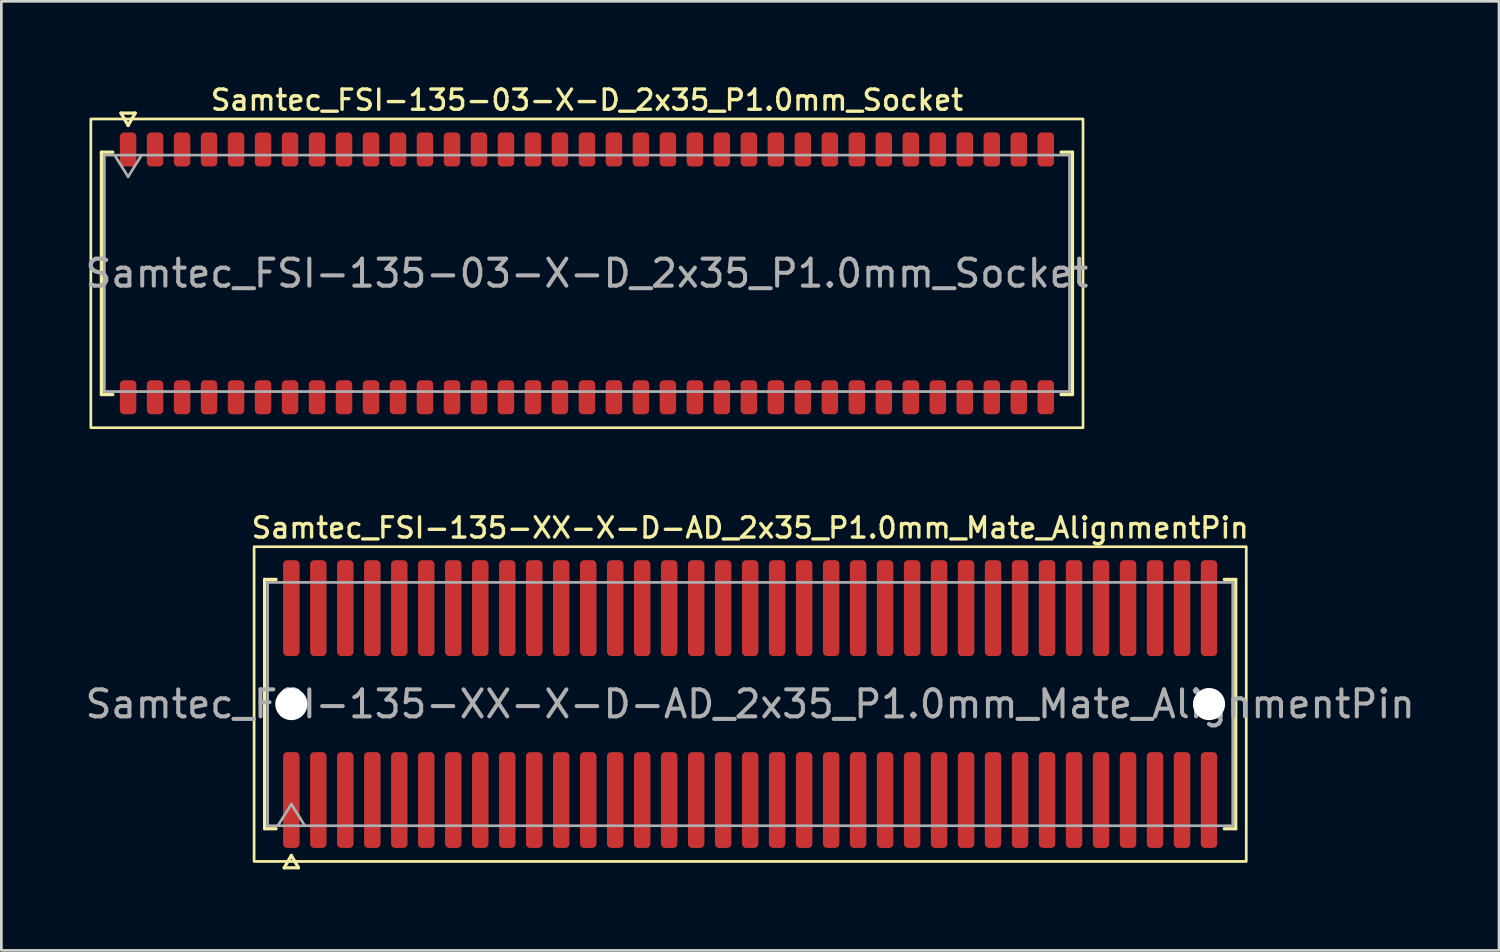
<source format=kicad_pcb>
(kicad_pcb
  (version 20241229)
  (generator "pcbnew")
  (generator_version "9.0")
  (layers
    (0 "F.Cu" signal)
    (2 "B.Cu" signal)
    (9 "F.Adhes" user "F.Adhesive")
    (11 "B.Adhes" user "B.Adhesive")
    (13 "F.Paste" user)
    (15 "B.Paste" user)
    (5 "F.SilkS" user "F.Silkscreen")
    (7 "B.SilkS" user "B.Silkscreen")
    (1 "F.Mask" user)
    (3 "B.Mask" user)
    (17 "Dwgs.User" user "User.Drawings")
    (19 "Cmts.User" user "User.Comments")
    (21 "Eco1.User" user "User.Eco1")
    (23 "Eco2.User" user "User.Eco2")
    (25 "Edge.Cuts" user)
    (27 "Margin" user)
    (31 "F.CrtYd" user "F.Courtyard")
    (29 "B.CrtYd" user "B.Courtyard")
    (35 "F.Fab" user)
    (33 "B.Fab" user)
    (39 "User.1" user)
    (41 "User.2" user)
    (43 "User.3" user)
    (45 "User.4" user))
  (footprint "Samtec_FSI-135-XX-X-D-AD_2x35_P1.0mm_Mate_AlignmentPin"
    (layer "F.Cu")
    (at 24.744 23.036)
    (property "Reference" "Samtec_FSI-135-XX-X-D-AD_2x35_P1.0mm_Mate_AlignmentPin" (at 0 -6.53 0) (layer "F.SilkS") (effects (font (size 0.75 0.75) (thickness 0.125))))
    (attr exclude_from_pos_files exclude_from_bom)
    (fp_line (start -17.99 -4.619) (end -17.565 -4.619) (stroke (width 0.12) (type solid)) (layer "F.SilkS"))
    (fp_line (start -17.99 4.619) (end -17.99 -4.619) (stroke (width 0.12) (type solid)) (layer "F.SilkS"))
    (fp_line (start -17.565 4.619) (end -17.99 4.619) (stroke (width 0.12) (type solid)) (layer "F.SilkS"))
    (fp_line (start -17.264 6.066) (end -17 5.609) (stroke (width 0.12) (type solid)) (layer "F.SilkS"))
    (fp_line (start -17 5.609) (end -16.736 6.066) (stroke (width 0.12) (type solid)) (layer "F.SilkS"))
    (fp_line (start -16.736 6.066) (end -17.264 6.066) (stroke (width 0.12) (type solid)) (layer "F.SilkS"))
    (fp_line (start 17.565 -4.619) (end 17.99 -4.619) (stroke (width 0.12) (type solid)) (layer "F.SilkS"))
    (fp_line (start 17.99 -4.619) (end 17.99 4.619) (stroke (width 0.12) (type solid)) (layer "F.SilkS"))
    (fp_line (start 17.99 4.619) (end 17.565 4.619) (stroke (width 0.12) (type solid)) (layer "F.SilkS"))
    (fp_rect (start -18.38 -5.83) (end 18.38 5.83) (stroke (width 0.1) (type solid)) (fill no) (layer "F.SilkS"))
    (fp_line (start -17.88 -4.508) (end 17.88 -4.508) (stroke (width 0.1) (type solid)) (layer "F.Fab"))
    (fp_line (start -17.88 4.508) (end -17.88 -4.508) (stroke (width 0.1) (type solid)) (layer "F.Fab"))
    (fp_line (start -17.5 4.508) (end -17 3.708) (stroke (width 0.1) (type solid)) (layer "F.Fab"))
    (fp_line (start -17 3.708) (end -16.5 4.508) (stroke (width 0.1) (type solid)) (layer "F.Fab"))
    (fp_line (start 17.88 -4.508) (end 17.88 4.508) (stroke (width 0.1) (type solid)) (layer "F.Fab"))
    (fp_line (start 17.88 4.508) (end -17.88 4.508) (stroke (width 0.1) (type solid)) (layer "F.Fab"))
    (fp_text user "${REFERENCE}" (at 0 0 0) (layer "F.Fab") (effects (font (size 1 1) (thickness 0.15))))
    (pad "" np_thru_hole circle (at -17 0) (size 1.19 1.19) (drill 1.19) (layers "*.Cu" "*.Mask"))
    (pad "" np_thru_hole circle (at 17 0) (size 1.19 1.19) (drill 1.19) (layers "*.Cu" "*.Mask"))
    (pad "1" smd roundrect (at -17 3.555) (size 0.61 3.55) (layers "F.Cu" "F.Mask") (roundrect_rratio 0.25))
    (pad "2" smd roundrect (at -17 -3.555) (size 0.61 3.55) (layers "F.Cu" "F.Mask") (roundrect_rratio 0.25))
    (pad "3" smd roundrect (at -16 3.555) (size 0.61 3.55) (layers "F.Cu" "F.Mask") (roundrect_rratio 0.25))
    (pad "4" smd roundrect (at -16 -3.555) (size 0.61 3.55) (layers "F.Cu" "F.Mask") (roundrect_rratio 0.25))
    (pad "5" smd roundrect (at -15 3.555) (size 0.61 3.55) (layers "F.Cu" "F.Mask") (roundrect_rratio 0.25))
    (pad "6" smd roundrect (at -15 -3.555) (size 0.61 3.55) (layers "F.Cu" "F.Mask") (roundrect_rratio 0.25))
    (pad "7" smd roundrect (at -14 3.555) (size 0.61 3.55) (layers "F.Cu" "F.Mask") (roundrect_rratio 0.25))
    (pad "8" smd roundrect (at -14 -3.555) (size 0.61 3.55) (layers "F.Cu" "F.Mask") (roundrect_rratio 0.25))
    (pad "9" smd roundrect (at -13 3.555) (size 0.61 3.55) (layers "F.Cu" "F.Mask") (roundrect_rratio 0.25))
    (pad "10" smd roundrect (at -13 -3.555) (size 0.61 3.55) (layers "F.Cu" "F.Mask") (roundrect_rratio 0.25))
    (pad "11" smd roundrect (at -12 3.555) (size 0.61 3.55) (layers "F.Cu" "F.Mask") (roundrect_rratio 0.25))
    (pad "12" smd roundrect (at -12 -3.555) (size 0.61 3.55) (layers "F.Cu" "F.Mask") (roundrect_rratio 0.25))
    (pad "13" smd roundrect (at -11 3.555) (size 0.61 3.55) (layers "F.Cu" "F.Mask") (roundrect_rratio 0.25))
    (pad "14" smd roundrect (at -11 -3.555) (size 0.61 3.55) (layers "F.Cu" "F.Mask") (roundrect_rratio 0.25))
    (pad "15" smd roundrect (at -10 3.555) (size 0.61 3.55) (layers "F.Cu" "F.Mask") (roundrect_rratio 0.25))
    (pad "16" smd roundrect (at -10 -3.555) (size 0.61 3.55) (layers "F.Cu" "F.Mask") (roundrect_rratio 0.25))
    (pad "17" smd roundrect (at -9 3.555) (size 0.61 3.55) (layers "F.Cu" "F.Mask") (roundrect_rratio 0.25))
    (pad "18" smd roundrect (at -9 -3.555) (size 0.61 3.55) (layers "F.Cu" "F.Mask") (roundrect_rratio 0.25))
    (pad "19" smd roundrect (at -8 3.555) (size 0.61 3.55) (layers "F.Cu" "F.Mask") (roundrect_rratio 0.25))
    (pad "20" smd roundrect (at -8 -3.555) (size 0.61 3.55) (layers "F.Cu" "F.Mask") (roundrect_rratio 0.25))
    (pad "21" smd roundrect (at -7 3.555) (size 0.61 3.55) (layers "F.Cu" "F.Mask") (roundrect_rratio 0.25))
    (pad "22" smd roundrect (at -7 -3.555) (size 0.61 3.55) (layers "F.Cu" "F.Mask") (roundrect_rratio 0.25))
    (pad "23" smd roundrect (at -6 3.555) (size 0.61 3.55) (layers "F.Cu" "F.Mask") (roundrect_rratio 0.25))
    (pad "24" smd roundrect (at -6 -3.555) (size 0.61 3.55) (layers "F.Cu" "F.Mask") (roundrect_rratio 0.25))
    (pad "25" smd roundrect (at -5 3.555) (size 0.61 3.55) (layers "F.Cu" "F.Mask") (roundrect_rratio 0.25))
    (pad "26" smd roundrect (at -5 -3.555) (size 0.61 3.55) (layers "F.Cu" "F.Mask") (roundrect_rratio 0.25))
    (pad "27" smd roundrect (at -4 3.555) (size 0.61 3.55) (layers "F.Cu" "F.Mask") (roundrect_rratio 0.25))
    (pad "28" smd roundrect (at -4 -3.555) (size 0.61 3.55) (layers "F.Cu" "F.Mask") (roundrect_rratio 0.25))
    (pad "29" smd roundrect (at -3 3.555) (size 0.61 3.55) (layers "F.Cu" "F.Mask") (roundrect_rratio 0.25))
    (pad "30" smd roundrect (at -3 -3.555) (size 0.61 3.55) (layers "F.Cu" "F.Mask") (roundrect_rratio 0.25))
    (pad "31" smd roundrect (at -2 3.555) (size 0.61 3.55) (layers "F.Cu" "F.Mask") (roundrect_rratio 0.25))
    (pad "32" smd roundrect (at -2 -3.555) (size 0.61 3.55) (layers "F.Cu" "F.Mask") (roundrect_rratio 0.25))
    (pad "33" smd roundrect (at -1 3.555) (size 0.61 3.55) (layers "F.Cu" "F.Mask") (roundrect_rratio 0.25))
    (pad "34" smd roundrect (at -1 -3.555) (size 0.61 3.55) (layers "F.Cu" "F.Mask") (roundrect_rratio 0.25))
    (pad "35" smd roundrect (at 0 3.555) (size 0.61 3.55) (layers "F.Cu" "F.Mask") (roundrect_rratio 0.25))
    (pad "36" smd roundrect (at 0 -3.555) (size 0.61 3.55) (layers "F.Cu" "F.Mask") (roundrect_rratio 0.25))
    (pad "37" smd roundrect (at 1 3.555) (size 0.61 3.55) (layers "F.Cu" "F.Mask") (roundrect_rratio 0.25))
    (pad "38" smd roundrect (at 1 -3.555) (size 0.61 3.55) (layers "F.Cu" "F.Mask") (roundrect_rratio 0.25))
    (pad "39" smd roundrect (at 2 3.555) (size 0.61 3.55) (layers "F.Cu" "F.Mask") (roundrect_rratio 0.25))
    (pad "40" smd roundrect (at 2 -3.555) (size 0.61 3.55) (layers "F.Cu" "F.Mask") (roundrect_rratio 0.25))
    (pad "41" smd roundrect (at 3 3.555) (size 0.61 3.55) (layers "F.Cu" "F.Mask") (roundrect_rratio 0.25))
    (pad "42" smd roundrect (at 3 -3.555) (size 0.61 3.55) (layers "F.Cu" "F.Mask") (roundrect_rratio 0.25))
    (pad "43" smd roundrect (at 4 3.555) (size 0.61 3.55) (layers "F.Cu" "F.Mask") (roundrect_rratio 0.25))
    (pad "44" smd roundrect (at 4 -3.555) (size 0.61 3.55) (layers "F.Cu" "F.Mask") (roundrect_rratio 0.25))
    (pad "45" smd roundrect (at 5 3.555) (size 0.61 3.55) (layers "F.Cu" "F.Mask") (roundrect_rratio 0.25))
    (pad "46" smd roundrect (at 5 -3.555) (size 0.61 3.55) (layers "F.Cu" "F.Mask") (roundrect_rratio 0.25))
    (pad "47" smd roundrect (at 6 3.555) (size 0.61 3.55) (layers "F.Cu" "F.Mask") (roundrect_rratio 0.25))
    (pad "48" smd roundrect (at 6 -3.555) (size 0.61 3.55) (layers "F.Cu" "F.Mask") (roundrect_rratio 0.25))
    (pad "49" smd roundrect (at 7 3.555) (size 0.61 3.55) (layers "F.Cu" "F.Mask") (roundrect_rratio 0.25))
    (pad "50" smd roundrect (at 7 -3.555) (size 0.61 3.55) (layers "F.Cu" "F.Mask") (roundrect_rratio 0.25))
    (pad "51" smd roundrect (at 8 3.555) (size 0.61 3.55) (layers "F.Cu" "F.Mask") (roundrect_rratio 0.25))
    (pad "52" smd roundrect (at 8 -3.555) (size 0.61 3.55) (layers "F.Cu" "F.Mask") (roundrect_rratio 0.25))
    (pad "53" smd roundrect (at 9 3.555) (size 0.61 3.55) (layers "F.Cu" "F.Mask") (roundrect_rratio 0.25))
    (pad "54" smd roundrect (at 9 -3.555) (size 0.61 3.55) (layers "F.Cu" "F.Mask") (roundrect_rratio 0.25))
    (pad "55" smd roundrect (at 10 3.555) (size 0.61 3.55) (layers "F.Cu" "F.Mask") (roundrect_rratio 0.25))
    (pad "56" smd roundrect (at 10 -3.555) (size 0.61 3.55) (layers "F.Cu" "F.Mask") (roundrect_rratio 0.25))
    (pad "57" smd roundrect (at 11 3.555) (size 0.61 3.55) (layers "F.Cu" "F.Mask") (roundrect_rratio 0.25))
    (pad "58" smd roundrect (at 11 -3.555) (size 0.61 3.55) (layers "F.Cu" "F.Mask") (roundrect_rratio 0.25))
    (pad "59" smd roundrect (at 12 3.555) (size 0.61 3.55) (layers "F.Cu" "F.Mask") (roundrect_rratio 0.25))
    (pad "60" smd roundrect (at 12 -3.555) (size 0.61 3.55) (layers "F.Cu" "F.Mask") (roundrect_rratio 0.25))
    (pad "61" smd roundrect (at 13 3.555) (size 0.61 3.55) (layers "F.Cu" "F.Mask") (roundrect_rratio 0.25))
    (pad "62" smd roundrect (at 13 -3.555) (size 0.61 3.55) (layers "F.Cu" "F.Mask") (roundrect_rratio 0.25))
    (pad "63" smd roundrect (at 14 3.555) (size 0.61 3.55) (layers "F.Cu" "F.Mask") (roundrect_rratio 0.25))
    (pad "64" smd roundrect (at 14 -3.555) (size 0.61 3.55) (layers "F.Cu" "F.Mask") (roundrect_rratio 0.25))
    (pad "65" smd roundrect (at 15 3.555) (size 0.61 3.55) (layers "F.Cu" "F.Mask") (roundrect_rratio 0.25))
    (pad "66" smd roundrect (at 15 -3.555) (size 0.61 3.55) (layers "F.Cu" "F.Mask") (roundrect_rratio 0.25))
    (pad "67" smd roundrect (at 16 3.555) (size 0.61 3.55) (layers "F.Cu" "F.Mask") (roundrect_rratio 0.25))
    (pad "68" smd roundrect (at 16 -3.555) (size 0.61 3.55) (layers "F.Cu" "F.Mask") (roundrect_rratio 0.25))
    (pad "69" smd roundrect (at 17 3.555) (size 0.61 3.55) (layers "F.Cu" "F.Mask") (roundrect_rratio 0.25))
    (pad "70" smd roundrect (at 17 -3.555) (size 0.61 3.55) (layers "F.Cu" "F.Mask") (roundrect_rratio 0.25)))
  (footprint "Samtec_FSI-135-03-X-D_2x35_P1.0mm_Socket"
    (layer "F.Cu")
    (at 18.696 7.078)
    (property "Reference" "Samtec_FSI-135-03-X-D_2x35_P1.0mm_Socket" (at 0 -6.42 0) (layer "F.SilkS") (effects (font (size 0.75 0.75) (thickness 0.125))))
    (attr smd)
    (fp_line (start -17.99 -4.49) (end -17.565 -4.49) (stroke (width 0.12) (type solid)) (layer "F.SilkS"))
    (fp_line (start -17.99 4.49) (end -17.99 -4.49) (stroke (width 0.12) (type solid)) (layer "F.SilkS"))
    (fp_line (start -17.565 4.49) (end -17.99 4.49) (stroke (width 0.12) (type solid)) (layer "F.SilkS"))
    (fp_line (start -17.264 -5.938) (end -17 -5.48) (stroke (width 0.12) (type solid)) (layer "F.SilkS"))
    (fp_line (start -17 -5.48) (end -16.736 -5.938) (stroke (width 0.12) (type solid)) (layer "F.SilkS"))
    (fp_line (start -16.736 -5.938) (end -17.264 -5.938) (stroke (width 0.12) (type solid)) (layer "F.SilkS"))
    (fp_line (start 17.565 -4.49) (end 17.99 -4.49) (stroke (width 0.12) (type solid)) (layer "F.SilkS"))
    (fp_line (start 17.99 -4.49) (end 17.99 4.49) (stroke (width 0.12) (type solid)) (layer "F.SilkS"))
    (fp_line (start 17.99 4.49) (end 17.565 4.49) (stroke (width 0.12) (type solid)) (layer "F.SilkS"))
    (fp_rect (start -18.38 -5.72) (end 18.38 5.72) (stroke (width 0.1) (type solid)) (fill no) (layer "F.SilkS"))
    (fp_line (start -17.88 -4.38) (end 17.88 -4.38) (stroke (width 0.1) (type solid)) (layer "F.Fab"))
    (fp_line (start -17.88 4.38) (end -17.88 -4.38) (stroke (width 0.1) (type solid)) (layer "F.Fab"))
    (fp_line (start -17.5 -4.38) (end -17 -3.58) (stroke (width 0.1) (type solid)) (layer "F.Fab"))
    (fp_line (start -17 -3.58) (end -16.5 -4.38) (stroke (width 0.1) (type solid)) (layer "F.Fab"))
    (fp_line (start 17.88 -4.38) (end 17.88 4.38) (stroke (width 0.1) (type solid)) (layer "F.Fab"))
    (fp_line (start 17.88 4.38) (end -17.88 4.38) (stroke (width 0.1) (type solid)) (layer "F.Fab"))
    (fp_text user "${REFERENCE}" (at 0 0 0) (layer "F.Fab") (effects (font (size 1 1) (thickness 0.15))))
    (pad "1" smd roundrect (at -17 -4.59) (size 0.61 1.26) (layers "F.Cu" "F.Mask" "F.Paste") (roundrect_rratio 0.25))
    (pad "2" smd roundrect (at -17 4.59) (size 0.61 1.26) (layers "F.Cu" "F.Mask" "F.Paste") (roundrect_rratio 0.25))
    (pad "3" smd roundrect (at -16 -4.59) (size 0.61 1.26) (layers "F.Cu" "F.Mask" "F.Paste") (roundrect_rratio 0.25))
    (pad "4" smd roundrect (at -16 4.59) (size 0.61 1.26) (layers "F.Cu" "F.Mask" "F.Paste") (roundrect_rratio 0.25))
    (pad "5" smd roundrect (at -15 -4.59) (size 0.61 1.26) (layers "F.Cu" "F.Mask" "F.Paste") (roundrect_rratio 0.25))
    (pad "6" smd roundrect (at -15 4.59) (size 0.61 1.26) (layers "F.Cu" "F.Mask" "F.Paste") (roundrect_rratio 0.25))
    (pad "7" smd roundrect (at -14 -4.59) (size 0.61 1.26) (layers "F.Cu" "F.Mask" "F.Paste") (roundrect_rratio 0.25))
    (pad "8" smd roundrect (at -14 4.59) (size 0.61 1.26) (layers "F.Cu" "F.Mask" "F.Paste") (roundrect_rratio 0.25))
    (pad "9" smd roundrect (at -13 -4.59) (size 0.61 1.26) (layers "F.Cu" "F.Mask" "F.Paste") (roundrect_rratio 0.25))
    (pad "10" smd roundrect (at -13 4.59) (size 0.61 1.26) (layers "F.Cu" "F.Mask" "F.Paste") (roundrect_rratio 0.25))
    (pad "11" smd roundrect (at -12 -4.59) (size 0.61 1.26) (layers "F.Cu" "F.Mask" "F.Paste") (roundrect_rratio 0.25))
    (pad "12" smd roundrect (at -12 4.59) (size 0.61 1.26) (layers "F.Cu" "F.Mask" "F.Paste") (roundrect_rratio 0.25))
    (pad "13" smd roundrect (at -11 -4.59) (size 0.61 1.26) (layers "F.Cu" "F.Mask" "F.Paste") (roundrect_rratio 0.25))
    (pad "14" smd roundrect (at -11 4.59) (size 0.61 1.26) (layers "F.Cu" "F.Mask" "F.Paste") (roundrect_rratio 0.25))
    (pad "15" smd roundrect (at -10 -4.59) (size 0.61 1.26) (layers "F.Cu" "F.Mask" "F.Paste") (roundrect_rratio 0.25))
    (pad "16" smd roundrect (at -10 4.59) (size 0.61 1.26) (layers "F.Cu" "F.Mask" "F.Paste") (roundrect_rratio 0.25))
    (pad "17" smd roundrect (at -9 -4.59) (size 0.61 1.26) (layers "F.Cu" "F.Mask" "F.Paste") (roundrect_rratio 0.25))
    (pad "18" smd roundrect (at -9 4.59) (size 0.61 1.26) (layers "F.Cu" "F.Mask" "F.Paste") (roundrect_rratio 0.25))
    (pad "19" smd roundrect (at -8 -4.59) (size 0.61 1.26) (layers "F.Cu" "F.Mask" "F.Paste") (roundrect_rratio 0.25))
    (pad "20" smd roundrect (at -8 4.59) (size 0.61 1.26) (layers "F.Cu" "F.Mask" "F.Paste") (roundrect_rratio 0.25))
    (pad "21" smd roundrect (at -7 -4.59) (size 0.61 1.26) (layers "F.Cu" "F.Mask" "F.Paste") (roundrect_rratio 0.25))
    (pad "22" smd roundrect (at -7 4.59) (size 0.61 1.26) (layers "F.Cu" "F.Mask" "F.Paste") (roundrect_rratio 0.25))
    (pad "23" smd roundrect (at -6 -4.59) (size 0.61 1.26) (layers "F.Cu" "F.Mask" "F.Paste") (roundrect_rratio 0.25))
    (pad "24" smd roundrect (at -6 4.59) (size 0.61 1.26) (layers "F.Cu" "F.Mask" "F.Paste") (roundrect_rratio 0.25))
    (pad "25" smd roundrect (at -5 -4.59) (size 0.61 1.26) (layers "F.Cu" "F.Mask" "F.Paste") (roundrect_rratio 0.25))
    (pad "26" smd roundrect (at -5 4.59) (size 0.61 1.26) (layers "F.Cu" "F.Mask" "F.Paste") (roundrect_rratio 0.25))
    (pad "27" smd roundrect (at -4 -4.59) (size 0.61 1.26) (layers "F.Cu" "F.Mask" "F.Paste") (roundrect_rratio 0.25))
    (pad "28" smd roundrect (at -4 4.59) (size 0.61 1.26) (layers "F.Cu" "F.Mask" "F.Paste") (roundrect_rratio 0.25))
    (pad "29" smd roundrect (at -3 -4.59) (size 0.61 1.26) (layers "F.Cu" "F.Mask" "F.Paste") (roundrect_rratio 0.25))
    (pad "30" smd roundrect (at -3 4.59) (size 0.61 1.26) (layers "F.Cu" "F.Mask" "F.Paste") (roundrect_rratio 0.25))
    (pad "31" smd roundrect (at -2 -4.59) (size 0.61 1.26) (layers "F.Cu" "F.Mask" "F.Paste") (roundrect_rratio 0.25))
    (pad "32" smd roundrect (at -2 4.59) (size 0.61 1.26) (layers "F.Cu" "F.Mask" "F.Paste") (roundrect_rratio 0.25))
    (pad "33" smd roundrect (at -1 -4.59) (size 0.61 1.26) (layers "F.Cu" "F.Mask" "F.Paste") (roundrect_rratio 0.25))
    (pad "34" smd roundrect (at -1 4.59) (size 0.61 1.26) (layers "F.Cu" "F.Mask" "F.Paste") (roundrect_rratio 0.25))
    (pad "35" smd roundrect (at 0 -4.59) (size 0.61 1.26) (layers "F.Cu" "F.Mask" "F.Paste") (roundrect_rratio 0.25))
    (pad "36" smd roundrect (at 0 4.59) (size 0.61 1.26) (layers "F.Cu" "F.Mask" "F.Paste") (roundrect_rratio 0.25))
    (pad "37" smd roundrect (at 1 -4.59) (size 0.61 1.26) (layers "F.Cu" "F.Mask" "F.Paste") (roundrect_rratio 0.25))
    (pad "38" smd roundrect (at 1 4.59) (size 0.61 1.26) (layers "F.Cu" "F.Mask" "F.Paste") (roundrect_rratio 0.25))
    (pad "39" smd roundrect (at 2 -4.59) (size 0.61 1.26) (layers "F.Cu" "F.Mask" "F.Paste") (roundrect_rratio 0.25))
    (pad "40" smd roundrect (at 2 4.59) (size 0.61 1.26) (layers "F.Cu" "F.Mask" "F.Paste") (roundrect_rratio 0.25))
    (pad "41" smd roundrect (at 3 -4.59) (size 0.61 1.26) (layers "F.Cu" "F.Mask" "F.Paste") (roundrect_rratio 0.25))
    (pad "42" smd roundrect (at 3 4.59) (size 0.61 1.26) (layers "F.Cu" "F.Mask" "F.Paste") (roundrect_rratio 0.25))
    (pad "43" smd roundrect (at 4 -4.59) (size 0.61 1.26) (layers "F.Cu" "F.Mask" "F.Paste") (roundrect_rratio 0.25))
    (pad "44" smd roundrect (at 4 4.59) (size 0.61 1.26) (layers "F.Cu" "F.Mask" "F.Paste") (roundrect_rratio 0.25))
    (pad "45" smd roundrect (at 5 -4.59) (size 0.61 1.26) (layers "F.Cu" "F.Mask" "F.Paste") (roundrect_rratio 0.25))
    (pad "46" smd roundrect (at 5 4.59) (size 0.61 1.26) (layers "F.Cu" "F.Mask" "F.Paste") (roundrect_rratio 0.25))
    (pad "47" smd roundrect (at 6 -4.59) (size 0.61 1.26) (layers "F.Cu" "F.Mask" "F.Paste") (roundrect_rratio 0.25))
    (pad "48" smd roundrect (at 6 4.59) (size 0.61 1.26) (layers "F.Cu" "F.Mask" "F.Paste") (roundrect_rratio 0.25))
    (pad "49" smd roundrect (at 7 -4.59) (size 0.61 1.26) (layers "F.Cu" "F.Mask" "F.Paste") (roundrect_rratio 0.25))
    (pad "50" smd roundrect (at 7 4.59) (size 0.61 1.26) (layers "F.Cu" "F.Mask" "F.Paste") (roundrect_rratio 0.25))
    (pad "51" smd roundrect (at 8 -4.59) (size 0.61 1.26) (layers "F.Cu" "F.Mask" "F.Paste") (roundrect_rratio 0.25))
    (pad "52" smd roundrect (at 8 4.59) (size 0.61 1.26) (layers "F.Cu" "F.Mask" "F.Paste") (roundrect_rratio 0.25))
    (pad "53" smd roundrect (at 9 -4.59) (size 0.61 1.26) (layers "F.Cu" "F.Mask" "F.Paste") (roundrect_rratio 0.25))
    (pad "54" smd roundrect (at 9 4.59) (size 0.61 1.26) (layers "F.Cu" "F.Mask" "F.Paste") (roundrect_rratio 0.25))
    (pad "55" smd roundrect (at 10 -4.59) (size 0.61 1.26) (layers "F.Cu" "F.Mask" "F.Paste") (roundrect_rratio 0.25))
    (pad "56" smd roundrect (at 10 4.59) (size 0.61 1.26) (layers "F.Cu" "F.Mask" "F.Paste") (roundrect_rratio 0.25))
    (pad "57" smd roundrect (at 11 -4.59) (size 0.61 1.26) (layers "F.Cu" "F.Mask" "F.Paste") (roundrect_rratio 0.25))
    (pad "58" smd roundrect (at 11 4.59) (size 0.61 1.26) (layers "F.Cu" "F.Mask" "F.Paste") (roundrect_rratio 0.25))
    (pad "59" smd roundrect (at 12 -4.59) (size 0.61 1.26) (layers "F.Cu" "F.Mask" "F.Paste") (roundrect_rratio 0.25))
    (pad "60" smd roundrect (at 12 4.59) (size 0.61 1.26) (layers "F.Cu" "F.Mask" "F.Paste") (roundrect_rratio 0.25))
    (pad "61" smd roundrect (at 13 -4.59) (size 0.61 1.26) (layers "F.Cu" "F.Mask" "F.Paste") (roundrect_rratio 0.25))
    (pad "62" smd roundrect (at 13 4.59) (size 0.61 1.26) (layers "F.Cu" "F.Mask" "F.Paste") (roundrect_rratio 0.25))
    (pad "63" smd roundrect (at 14 -4.59) (size 0.61 1.26) (layers "F.Cu" "F.Mask" "F.Paste") (roundrect_rratio 0.25))
    (pad "64" smd roundrect (at 14 4.59) (size 0.61 1.26) (layers "F.Cu" "F.Mask" "F.Paste") (roundrect_rratio 0.25))
    (pad "65" smd roundrect (at 15 -4.59) (size 0.61 1.26) (layers "F.Cu" "F.Mask" "F.Paste") (roundrect_rratio 0.25))
    (pad "66" smd roundrect (at 15 4.59) (size 0.61 1.26) (layers "F.Cu" "F.Mask" "F.Paste") (roundrect_rratio 0.25))
    (pad "67" smd roundrect (at 16 -4.59) (size 0.61 1.26) (layers "F.Cu" "F.Mask" "F.Paste") (roundrect_rratio 0.25))
    (pad "68" smd roundrect (at 16 4.59) (size 0.61 1.26) (layers "F.Cu" "F.Mask" "F.Paste") (roundrect_rratio 0.25))
    (pad "69" smd roundrect (at 17 -4.59) (size 0.61 1.26) (layers "F.Cu" "F.Mask" "F.Paste") (roundrect_rratio 0.25))
    (pad "70" smd roundrect (at 17 4.59) (size 0.61 1.26) (layers "F.Cu" "F.Mask" "F.Paste") (roundrect_rratio 0.25)))
  (gr_rect
    (start -3 -3)
    (end 52.488 32.162)
    (stroke (width 0.1) (type default))
    (fill no)
    (layer "Edge.Cuts")))
</source>
